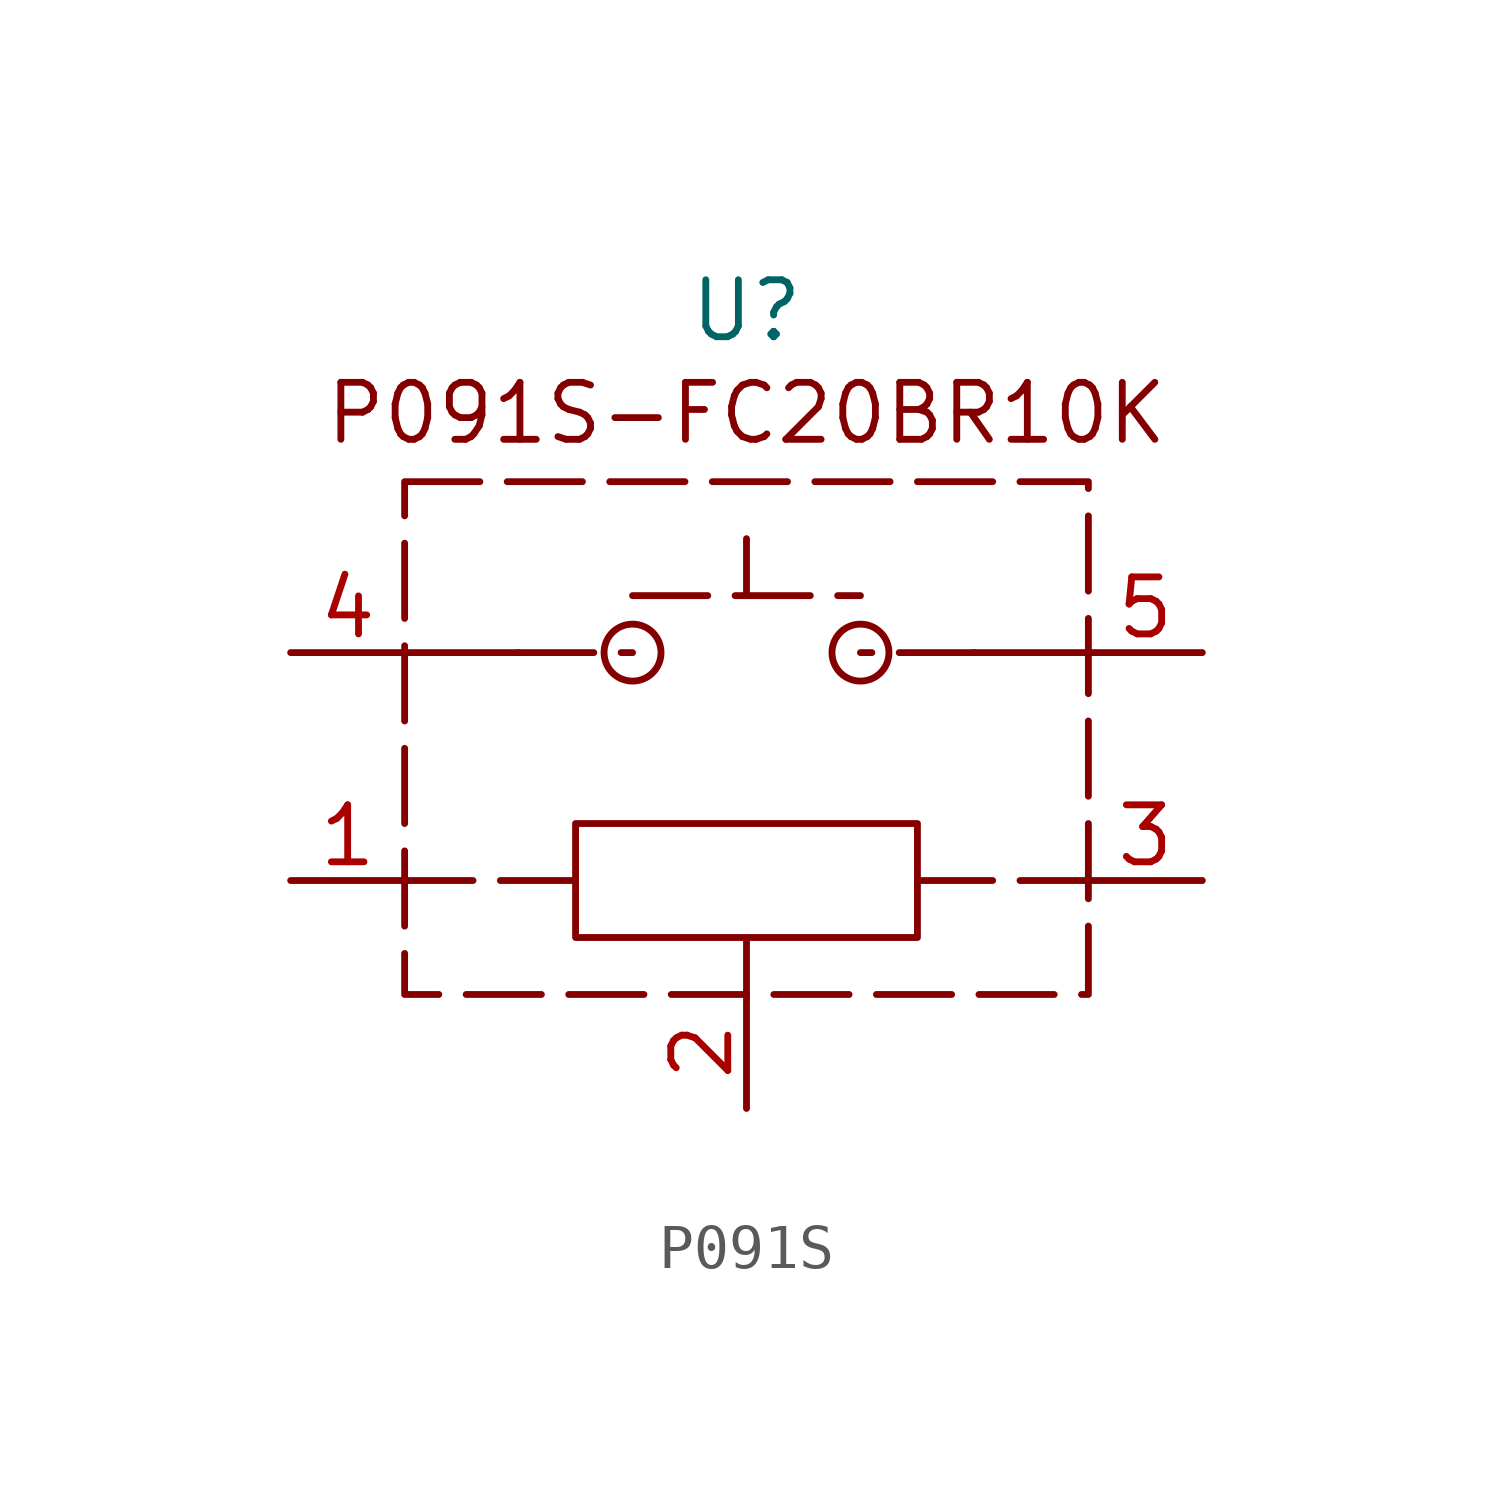
<source format=kicad_sym>
(kicad_symbol_lib
  (version 20241209)
  (generator "kicad_symbol_editor")
  (generator_version "9.0")
  (symbol "P091S"
    (property "Reference" "U"
      (at 0 10.16 0)
      (effects (font (size 1.27 1.27))))
    (property "Value" ""
      (at 0 0 0)
      (effects (font (size 1.27 1.27))))
    (symbol "P091S_0_1"
      (polyline (pts (xy -5.08 2.54) (xy -7.62 2.54)) (stroke (width 0) (type default)) (fill (type none)))
      (rectangle (start -3.81 -1.27) (end 3.81 -3.81) (stroke (width 0) (type default)) (fill (type none)))
      (circle (center -2.54 2.54) (radius 0.635) (stroke (width 0) (type default)) (fill (type none)))
      (polyline (pts (xy 0 3.81) (xy 0 5.08)) (stroke (width 0) (type default)) (fill (type none)))
      (circle (center 2.54 2.54) (radius 0.635) (stroke (width 0) (type default)) (fill (type none)))
      (polyline (pts (xy 5.08 2.54) (xy 7.62 2.54)) (stroke (width 0) (type default)) (fill (type none))))
    (symbol "P091S_1_1"
      (rectangle (start -7.62 6.35) (end 7.62 -5.08) (stroke (width 0) (type dash)) (fill (type none)))
      (polyline (pts (xy -5.08 2.54) (xy -2.54 2.54)) (stroke (width 0) (type default)) (fill (type none)))
      (polyline (pts (xy -3.81 -2.54) (xy -7.62 -2.54)) (stroke (width 0) (type default)) (fill (type none)))
      (polyline (pts (xy -2.54 3.81) (xy 2.54 3.81)) (stroke (width 0) (type default)) (fill (type none)))
      (polyline (pts (xy 0 -3.81) (xy 0 -5.08)) (stroke (width 0) (type default)) (fill (type none)))
      (polyline (pts (xy 3.81 -2.54) (xy 7.62 -2.54)) (stroke (width 0) (type default)) (fill (type none)))
      (polyline (pts (xy 5.08 2.54) (xy 2.54 2.54)) (stroke (width 0) (type default)) (fill (type none)))
      (text "P091S-FC20BR10K" (at 0 7.874 0) (effects (font (size 1.27 1.27))))
      (pin passive line (at -10.16 2.54 0) (length 2.54) (name "" (effects (font (size 1.27 1.27)))) (number "4" (effects (font (size 1.27 1.27)))))
      (pin passive line (at -10.16 -2.54 0) (length 2.54) (name "" (effects (font (size 1.27 1.27)))) (number "1" (effects (font (size 1.27 1.27)))))
      (pin passive line (at 0 -7.62 90) (length 2.54) (name "" (effects (font (size 1.27 1.27)))) (number "2" (effects (font (size 1.27 1.27)))))
      (pin passive line (at 10.16 2.54 180) (length 2.54) (name "" (effects (font (size 1.27 1.27)))) (number "5" (effects (font (size 1.27 1.27)))))
      (pin passive line (at 10.16 -2.54 180) (length 2.54) (name "" (effects (font (size 1.27 1.27)))) (number "3" (effects (font (size 1.27 1.27))))))))
</source>
